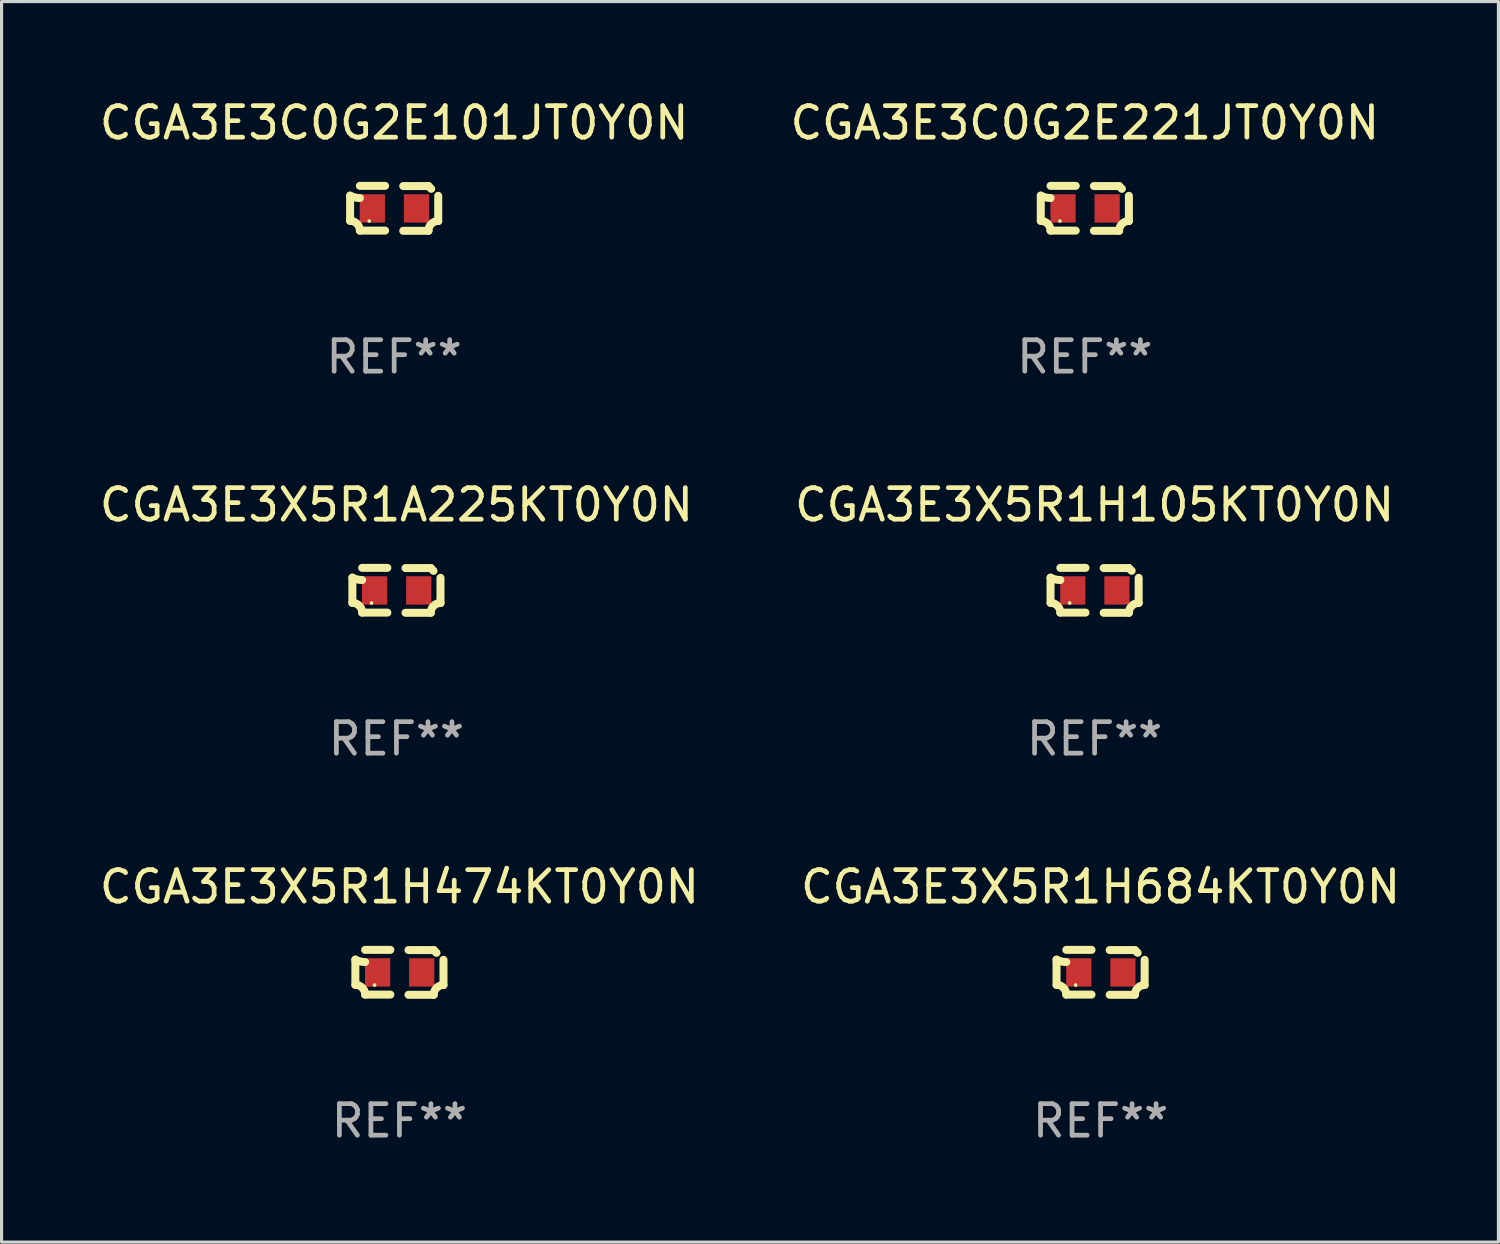
<source format=kicad_pcb>
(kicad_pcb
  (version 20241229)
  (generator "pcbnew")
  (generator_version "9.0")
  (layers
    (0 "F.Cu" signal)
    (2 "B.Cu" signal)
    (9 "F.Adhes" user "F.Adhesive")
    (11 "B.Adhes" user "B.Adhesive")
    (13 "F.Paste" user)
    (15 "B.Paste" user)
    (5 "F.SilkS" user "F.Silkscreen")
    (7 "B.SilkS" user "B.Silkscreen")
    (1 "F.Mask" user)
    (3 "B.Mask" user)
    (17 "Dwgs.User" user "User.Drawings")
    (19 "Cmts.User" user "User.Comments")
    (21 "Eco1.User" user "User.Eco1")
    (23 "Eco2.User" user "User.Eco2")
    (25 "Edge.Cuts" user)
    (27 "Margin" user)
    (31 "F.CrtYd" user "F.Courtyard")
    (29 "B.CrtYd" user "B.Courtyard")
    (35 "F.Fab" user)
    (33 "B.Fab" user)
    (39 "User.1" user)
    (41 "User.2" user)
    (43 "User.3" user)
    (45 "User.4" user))
  (footprint "CGA3E3X5R1A225KT0Y0N"
    (layer "F.Cu")
    (at 9.53 15.683)
    (property "Reference" "CGA3E3X5R1A225KT0Y0N" (at 0 -2.713 0) (layer "F.SilkS") (effects (font (size 1 1) (thickness 0.15))))
    (attr through_hole)
    (fp_line (start -1.398 -0.403) (end -1.398 0.397) (stroke (width 0.254) (type solid)) (layer "F.SilkS"))
    (fp_line (start -0.288 -0.713) (end -1.088 -0.713) (stroke (width 0.254) (type solid)) (layer "F.SilkS"))
    (fp_line (start -0.288 0.707) (end -1.088 0.707) (stroke (width 0.254) (type solid)) (layer "F.SilkS"))
    (fp_line (start 0.288 -0.707) (end 1.088 -0.707) (stroke (width 0.254) (type solid)) (layer "F.SilkS"))
    (fp_line (start 0.288 0.713) (end 1.088 0.713) (stroke (width 0.254) (type solid)) (layer "F.SilkS"))
    (fp_line (start 1.398 -0.397) (end 1.398 0.403) (stroke (width 0.254) (type solid)) (layer "F.SilkS"))
    (fp_arc (start -1.397789 0.397066) (mid -1.178701 0.487826) (end -1.08796 0.706922) (stroke (width 0.254001) (type solid)) (layer "F.SilkS"))
    (fp_arc (start -1.08796 -0.327176) (mid -1.247436 -0.346384) (end -1.39779 -0.402908) (stroke (width 0.254001) (type solid)) (layer "F.SilkS"))
    (fp_arc (start 1.087909 0.712738) (mid 1.178656 0.493655) (end 1.397739 0.402908) (stroke (width 0.254001) (type solid)) (layer "F.SilkS"))
    (fp_arc (start 1.175925 -0.618926) (mid 1.131917 -0.662923) (end 1.08791 -0.706922) (stroke (width 0.254001) (type solid)) (layer "F.SilkS"))
    (fp_circle (center -0.792 0.403) (end -0.762 0.403) (stroke (width 0.06) (type solid)) (fill no) (layer "F.SilkS"))
    (fp_text user "REF**" (at 0 4.713 0) (layer "F.Fab") (effects (font (size 1 1) (thickness 0.15))))
    (pad "1" smd rect (at -0.692 0.003) (size 0.8 0.9) (layers "F.Cu" "F.Mask" "F.Paste"))
    (pad "2" smd rect (at 0.708 0.003) (size 0.8 0.9) (layers "F.Cu" "F.Mask" "F.Paste")))
  (footprint "CGA3E3X5R1H105KT0Y0N"
    (layer "F.Cu")
    (at 31.685 15.683)
    (property "Reference" "CGA3E3X5R1H105KT0Y0N" (at 0 -2.713 0) (layer "F.SilkS") (effects (font (size 1 1) (thickness 0.15))))
    (attr through_hole)
    (fp_line (start -1.398 -0.403) (end -1.398 0.397) (stroke (width 0.254) (type solid)) (layer "F.SilkS"))
    (fp_line (start -0.288 -0.713) (end -1.088 -0.713) (stroke (width 0.254) (type solid)) (layer "F.SilkS"))
    (fp_line (start -0.288 0.707) (end -1.088 0.707) (stroke (width 0.254) (type solid)) (layer "F.SilkS"))
    (fp_line (start 0.288 -0.707) (end 1.088 -0.707) (stroke (width 0.254) (type solid)) (layer "F.SilkS"))
    (fp_line (start 0.288 0.713) (end 1.088 0.713) (stroke (width 0.254) (type solid)) (layer "F.SilkS"))
    (fp_line (start 1.398 -0.397) (end 1.398 0.403) (stroke (width 0.254) (type solid)) (layer "F.SilkS"))
    (fp_arc (start -1.397789 0.397066) (mid -1.178701 0.487826) (end -1.08796 0.706922) (stroke (width 0.254001) (type solid)) (layer "F.SilkS"))
    (fp_arc (start -1.08796 -0.327176) (mid -1.247436 -0.346384) (end -1.39779 -0.402908) (stroke (width 0.254001) (type solid)) (layer "F.SilkS"))
    (fp_arc (start 1.087909 0.712738) (mid 1.178656 0.493655) (end 1.397739 0.402908) (stroke (width 0.254001) (type solid)) (layer "F.SilkS"))
    (fp_arc (start 1.175925 -0.618926) (mid 1.131917 -0.662923) (end 1.08791 -0.706922) (stroke (width 0.254001) (type solid)) (layer "F.SilkS"))
    (fp_circle (center -0.792 0.403) (end -0.762 0.403) (stroke (width 0.06) (type solid)) (fill no) (layer "F.SilkS"))
    (fp_text user "REF**" (at 0 4.713 0) (layer "F.Fab") (effects (font (size 1 1) (thickness 0.15))))
    (pad "1" smd rect (at -0.692 0.003) (size 0.8 0.9) (layers "F.Cu" "F.Mask" "F.Paste"))
    (pad "2" smd rect (at 0.708 0.003) (size 0.8 0.9) (layers "F.Cu" "F.Mask" "F.Paste")))
  (footprint "CGA3E3X5R1H474KT0Y0N"
    (layer "F.Cu")
    (at 9.625 27.805)
    (property "Reference" "CGA3E3X5R1H474KT0Y0N" (at 0 -2.713 0) (layer "F.SilkS") (effects (font (size 1 1) (thickness 0.15))))
    (attr through_hole)
    (fp_line (start -1.398 -0.403) (end -1.398 0.397) (stroke (width 0.254) (type solid)) (layer "F.SilkS"))
    (fp_line (start -0.288 -0.713) (end -1.088 -0.713) (stroke (width 0.254) (type solid)) (layer "F.SilkS"))
    (fp_line (start -0.288 0.707) (end -1.088 0.707) (stroke (width 0.254) (type solid)) (layer "F.SilkS"))
    (fp_line (start 0.288 -0.707) (end 1.088 -0.707) (stroke (width 0.254) (type solid)) (layer "F.SilkS"))
    (fp_line (start 0.288 0.713) (end 1.088 0.713) (stroke (width 0.254) (type solid)) (layer "F.SilkS"))
    (fp_line (start 1.398 -0.397) (end 1.398 0.403) (stroke (width 0.254) (type solid)) (layer "F.SilkS"))
    (fp_arc (start -1.397789 0.397066) (mid -1.178701 0.487826) (end -1.08796 0.706922) (stroke (width 0.254001) (type solid)) (layer "F.SilkS"))
    (fp_arc (start -1.08796 -0.327176) (mid -1.247436 -0.346384) (end -1.39779 -0.402908) (stroke (width 0.254001) (type solid)) (layer "F.SilkS"))
    (fp_arc (start 1.087909 0.712738) (mid 1.178656 0.493655) (end 1.397739 0.402908) (stroke (width 0.254001) (type solid)) (layer "F.SilkS"))
    (fp_arc (start 1.175925 -0.618926) (mid 1.131917 -0.662923) (end 1.08791 -0.706922) (stroke (width 0.254001) (type solid)) (layer "F.SilkS"))
    (fp_circle (center -0.792 0.403) (end -0.762 0.403) (stroke (width 0.06) (type solid)) (fill no) (layer "F.SilkS"))
    (fp_text user "REF**" (at 0 4.713 0) (layer "F.Fab") (effects (font (size 1 1) (thickness 0.15))))
    (pad "1" smd rect (at -0.692 0.003) (size 0.8 0.9) (layers "F.Cu" "F.Mask" "F.Paste"))
    (pad "2" smd rect (at 0.708 0.003) (size 0.8 0.9) (layers "F.Cu" "F.Mask" "F.Paste")))
  (footprint "CGA3E3C0G2E221JT0Y0N"
    (layer "F.Cu")
    (at 31.375 3.561)
    (property "Reference" "CGA3E3C0G2E221JT0Y0N" (at 0 -2.713 0) (layer "F.SilkS") (effects (font (size 1 1) (thickness 0.15))))
    (attr through_hole)
    (fp_line (start -1.398 -0.403) (end -1.398 0.397) (stroke (width 0.254) (type solid)) (layer "F.SilkS"))
    (fp_line (start -0.288 -0.713) (end -1.088 -0.713) (stroke (width 0.254) (type solid)) (layer "F.SilkS"))
    (fp_line (start -0.288 0.707) (end -1.088 0.707) (stroke (width 0.254) (type solid)) (layer "F.SilkS"))
    (fp_line (start 0.288 -0.707) (end 1.088 -0.707) (stroke (width 0.254) (type solid)) (layer "F.SilkS"))
    (fp_line (start 0.288 0.713) (end 1.088 0.713) (stroke (width 0.254) (type solid)) (layer "F.SilkS"))
    (fp_line (start 1.398 -0.397) (end 1.398 0.403) (stroke (width 0.254) (type solid)) (layer "F.SilkS"))
    (fp_arc (start -1.397789 0.397066) (mid -1.178701 0.487826) (end -1.08796 0.706922) (stroke (width 0.254001) (type solid)) (layer "F.SilkS"))
    (fp_arc (start -1.08796 -0.327176) (mid -1.247436 -0.346384) (end -1.39779 -0.402908) (stroke (width 0.254001) (type solid)) (layer "F.SilkS"))
    (fp_arc (start 1.087909 0.712738) (mid 1.178656 0.493655) (end 1.397739 0.402908) (stroke (width 0.254001) (type solid)) (layer "F.SilkS"))
    (fp_arc (start 1.175925 -0.618926) (mid 1.131917 -0.662923) (end 1.08791 -0.706922) (stroke (width 0.254001) (type solid)) (layer "F.SilkS"))
    (fp_circle (center -0.792 0.403) (end -0.762 0.403) (stroke (width 0.06) (type solid)) (fill no) (layer "F.SilkS"))
    (fp_text user "REF**" (at 0 4.713 0) (layer "F.Fab") (effects (font (size 1 1) (thickness 0.15))))
    (pad "1" smd rect (at -0.692 0.003) (size 0.8 0.9) (layers "F.Cu" "F.Mask" "F.Paste"))
    (pad "2" smd rect (at 0.708 0.003) (size 0.8 0.9) (layers "F.Cu" "F.Mask" "F.Paste")))
  (footprint "CGA3E3X5R1H684KT0Y0N"
    (layer "F.Cu")
    (at 31.875 27.805)
    (property "Reference" "CGA3E3X5R1H684KT0Y0N" (at 0 -2.713 0) (layer "F.SilkS") (effects (font (size 1 1) (thickness 0.15))))
    (attr through_hole)
    (fp_line (start -1.398 -0.403) (end -1.398 0.397) (stroke (width 0.254) (type solid)) (layer "F.SilkS"))
    (fp_line (start -0.288 -0.713) (end -1.088 -0.713) (stroke (width 0.254) (type solid)) (layer "F.SilkS"))
    (fp_line (start -0.288 0.707) (end -1.088 0.707) (stroke (width 0.254) (type solid)) (layer "F.SilkS"))
    (fp_line (start 0.288 -0.707) (end 1.088 -0.707) (stroke (width 0.254) (type solid)) (layer "F.SilkS"))
    (fp_line (start 0.288 0.713) (end 1.088 0.713) (stroke (width 0.254) (type solid)) (layer "F.SilkS"))
    (fp_line (start 1.398 -0.397) (end 1.398 0.403) (stroke (width 0.254) (type solid)) (layer "F.SilkS"))
    (fp_arc (start -1.397789 0.397066) (mid -1.178701 0.487826) (end -1.08796 0.706922) (stroke (width 0.254001) (type solid)) (layer "F.SilkS"))
    (fp_arc (start -1.08796 -0.327176) (mid -1.247436 -0.346384) (end -1.39779 -0.402908) (stroke (width 0.254001) (type solid)) (layer "F.SilkS"))
    (fp_arc (start 1.087909 0.712738) (mid 1.178656 0.493655) (end 1.397739 0.402908) (stroke (width 0.254001) (type solid)) (layer "F.SilkS"))
    (fp_arc (start 1.175925 -0.618926) (mid 1.131917 -0.662923) (end 1.08791 -0.706922) (stroke (width 0.254001) (type solid)) (layer "F.SilkS"))
    (fp_circle (center -0.792 0.403) (end -0.762 0.403) (stroke (width 0.06) (type solid)) (fill no) (layer "F.SilkS"))
    (fp_text user "REF**" (at 0 4.713 0) (layer "F.Fab") (effects (font (size 1 1) (thickness 0.15))))
    (pad "1" smd rect (at -0.692 0.003) (size 0.8 0.9) (layers "F.Cu" "F.Mask" "F.Paste"))
    (pad "2" smd rect (at 0.708 0.003) (size 0.8 0.9) (layers "F.Cu" "F.Mask" "F.Paste")))
  (footprint "CGA3E3C0G2E101JT0Y0N"
    (layer "F.Cu")
    (at 9.458 3.561)
    (property "Reference" "CGA3E3C0G2E101JT0Y0N" (at 0 -2.713 0) (layer "F.SilkS") (effects (font (size 1 1) (thickness 0.15))))
    (attr through_hole)
    (fp_line (start -1.398 -0.403) (end -1.398 0.397) (stroke (width 0.254) (type solid)) (layer "F.SilkS"))
    (fp_line (start -0.288 -0.713) (end -1.088 -0.713) (stroke (width 0.254) (type solid)) (layer "F.SilkS"))
    (fp_line (start -0.288 0.707) (end -1.088 0.707) (stroke (width 0.254) (type solid)) (layer "F.SilkS"))
    (fp_line (start 0.288 -0.707) (end 1.088 -0.707) (stroke (width 0.254) (type solid)) (layer "F.SilkS"))
    (fp_line (start 0.288 0.713) (end 1.088 0.713) (stroke (width 0.254) (type solid)) (layer "F.SilkS"))
    (fp_line (start 1.398 -0.397) (end 1.398 0.403) (stroke (width 0.254) (type solid)) (layer "F.SilkS"))
    (fp_arc (start -1.397789 0.397066) (mid -1.178701 0.487826) (end -1.08796 0.706922) (stroke (width 0.254001) (type solid)) (layer "F.SilkS"))
    (fp_arc (start -1.08796 -0.327176) (mid -1.247436 -0.346384) (end -1.39779 -0.402908) (stroke (width 0.254001) (type solid)) (layer "F.SilkS"))
    (fp_arc (start 1.087909 0.712738) (mid 1.178656 0.493655) (end 1.397739 0.402908) (stroke (width 0.254001) (type solid)) (layer "F.SilkS"))
    (fp_arc (start 1.175925 -0.618926) (mid 1.131917 -0.662923) (end 1.08791 -0.706922) (stroke (width 0.254001) (type solid)) (layer "F.SilkS"))
    (fp_circle (center -0.792 0.403) (end -0.762 0.403) (stroke (width 0.06) (type solid)) (fill no) (layer "F.SilkS"))
    (fp_text user "REF**" (at 0 4.713 0) (layer "F.Fab") (effects (font (size 1 1) (thickness 0.15))))
    (pad "1" smd rect (at -0.692 0.003) (size 0.8 0.9) (layers "F.Cu" "F.Mask" "F.Paste"))
    (pad "2" smd rect (at 0.708 0.003) (size 0.8 0.9) (layers "F.Cu" "F.Mask" "F.Paste")))
  (gr_rect
    (start -3 -3)
    (end 44.5 36.366)
    (stroke (width 0.1) (type default))
    (fill no)
    (layer "Edge.Cuts")))
</source>
